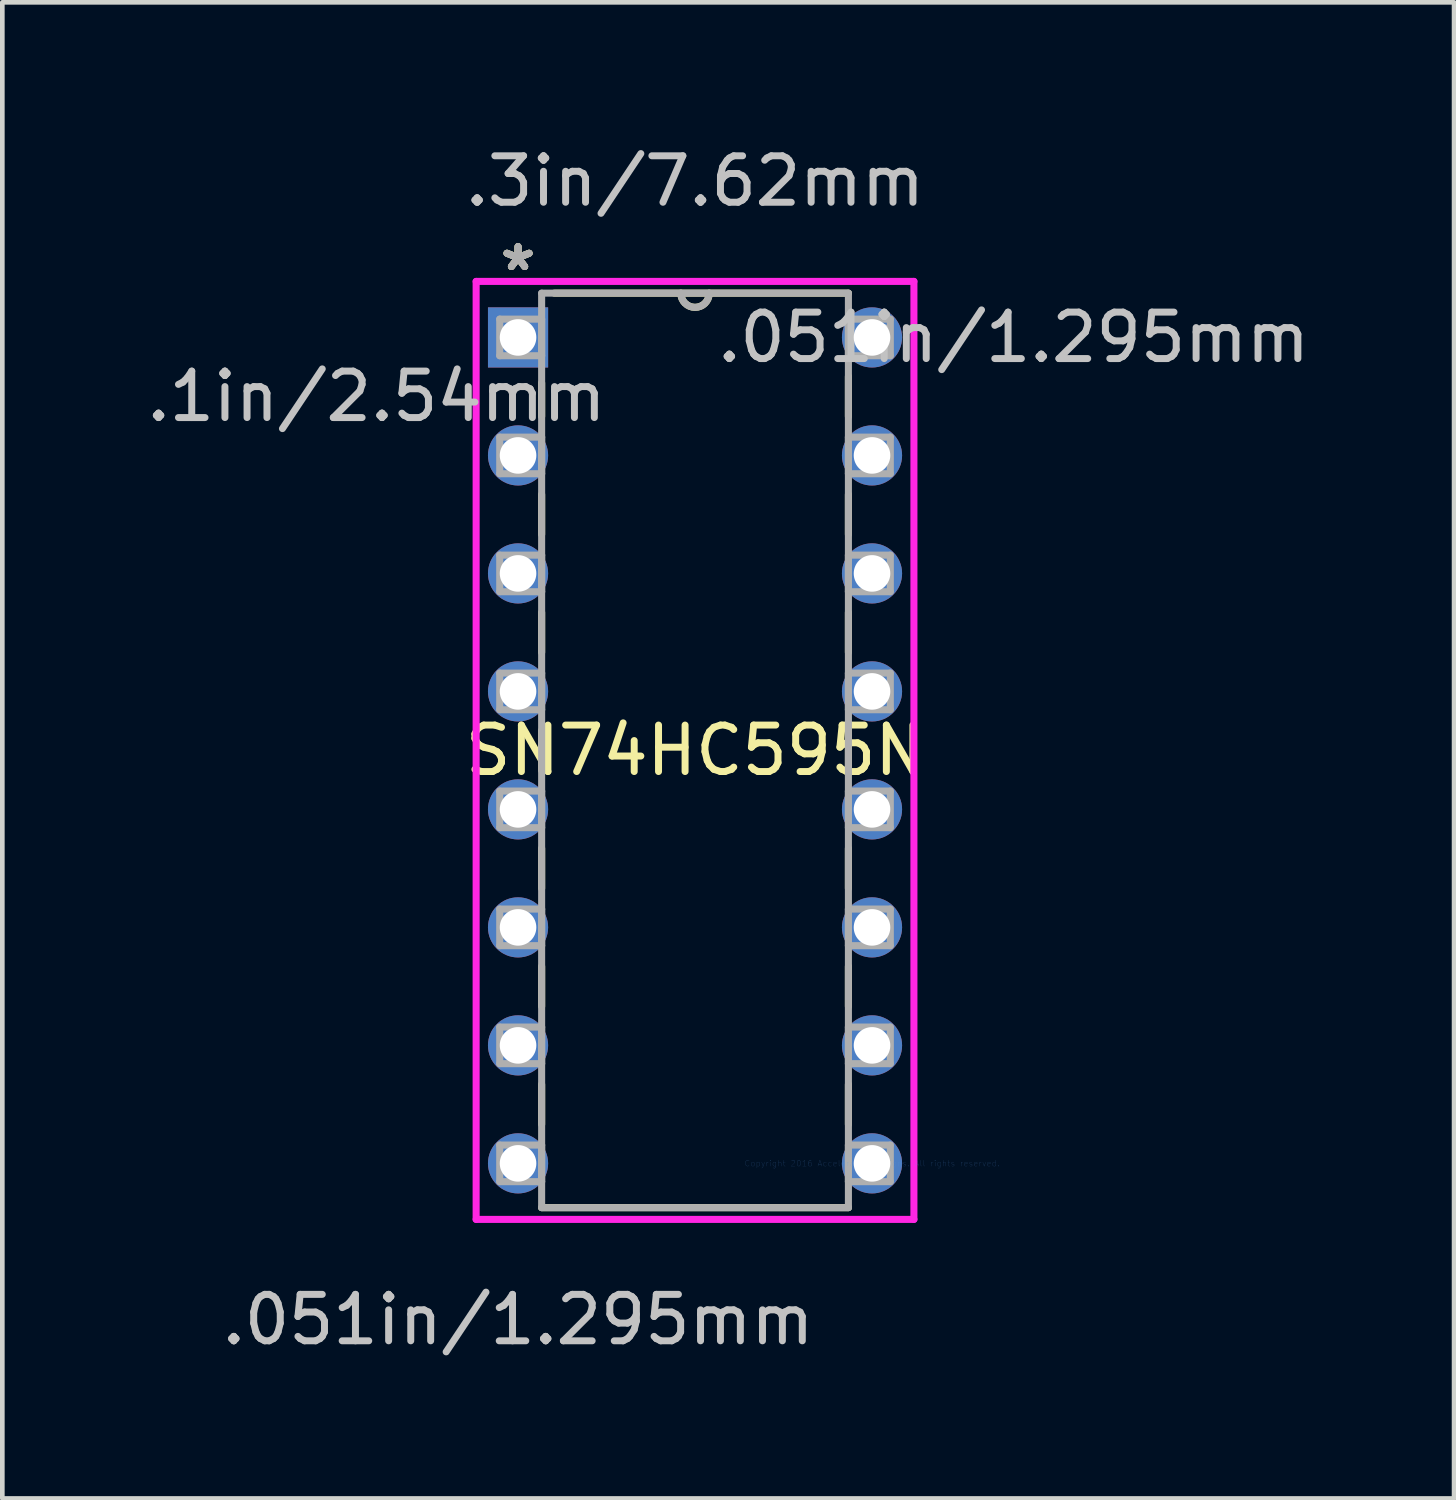
<source format=kicad_pcb>
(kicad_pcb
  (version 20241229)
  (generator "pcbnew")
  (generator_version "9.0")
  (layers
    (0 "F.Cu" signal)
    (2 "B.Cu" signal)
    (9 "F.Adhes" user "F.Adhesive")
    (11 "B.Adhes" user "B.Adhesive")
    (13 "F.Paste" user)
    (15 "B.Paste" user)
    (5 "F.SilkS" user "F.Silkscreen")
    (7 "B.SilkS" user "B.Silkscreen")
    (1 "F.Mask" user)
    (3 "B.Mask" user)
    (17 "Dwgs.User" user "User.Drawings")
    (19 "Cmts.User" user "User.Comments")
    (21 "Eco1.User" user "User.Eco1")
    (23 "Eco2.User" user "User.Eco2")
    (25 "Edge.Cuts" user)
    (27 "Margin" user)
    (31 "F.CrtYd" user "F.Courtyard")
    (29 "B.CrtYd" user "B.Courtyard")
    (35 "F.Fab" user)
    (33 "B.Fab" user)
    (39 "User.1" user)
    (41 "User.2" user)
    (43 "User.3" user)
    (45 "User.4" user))
  (footprint "SN74HC595N"
    (layer "F.Cu")
    (at 15.722 21.994)
    (property "Reference" "SN74HC595N" (at -3.81 -8.89 0) (layer "F.SilkS") (effects (font (size 1 1) (thickness 0.15))))
    (attr through_hole)
    (fp_line (start -7.112 -16.8) (end -7.112 -16.079) (stroke (width 0.152) (type solid)) (layer "F.SilkS"))
    (fp_line (start -7.112 -14.401) (end -7.112 -13.539) (stroke (width 0.152) (type solid)) (layer "F.SilkS"))
    (fp_line (start -7.112 -11.861) (end -7.112 -10.999) (stroke (width 0.152) (type solid)) (layer "F.SilkS"))
    (fp_line (start -7.112 -9.321) (end -7.112 -8.459) (stroke (width 0.152) (type solid)) (layer "F.SilkS"))
    (fp_line (start -7.112 -6.781) (end -7.112 -5.919) (stroke (width 0.152) (type solid)) (layer "F.SilkS"))
    (fp_line (start -7.112 -4.241) (end -7.112 -3.379) (stroke (width 0.152) (type solid)) (layer "F.SilkS"))
    (fp_line (start -7.112 -1.701) (end -7.112 -0.839) (stroke (width 0.152) (type solid)) (layer "F.SilkS"))
    (fp_line (start -7.112 0.953) (end -0.508 0.953) (stroke (width 0.152) (type solid)) (layer "F.SilkS"))
    (fp_line (start -0.508 -18.733) (end -6.839 -18.733) (stroke (width 0.152) (type solid)) (layer "F.SilkS"))
    (fp_line (start -0.508 -16.079) (end -0.508 -16.941) (stroke (width 0.152) (type solid)) (layer "F.SilkS"))
    (fp_line (start -0.508 -13.539) (end -0.508 -14.401) (stroke (width 0.152) (type solid)) (layer "F.SilkS"))
    (fp_line (start -0.508 -10.999) (end -0.508 -11.861) (stroke (width 0.152) (type solid)) (layer "F.SilkS"))
    (fp_line (start -0.508 -8.459) (end -0.508 -9.321) (stroke (width 0.152) (type solid)) (layer "F.SilkS"))
    (fp_line (start -0.508 -5.919) (end -0.508 -6.781) (stroke (width 0.152) (type solid)) (layer "F.SilkS"))
    (fp_line (start -0.508 -3.379) (end -0.508 -4.241) (stroke (width 0.152) (type solid)) (layer "F.SilkS"))
    (fp_line (start -0.508 -0.839) (end -0.508 -1.701) (stroke (width 0.152) (type solid)) (layer "F.SilkS"))
    (fp_arc (start -3.5052 -18.7325) (mid -3.81 -18.4277) (end -4.1148 -18.7325) (stroke (width 0.1524) (type solid)) (layer "F.SilkS"))
    (fp_line (start -8.522 -18.986) (end 0.902 -18.986) (stroke (width 0.152) (type solid)) (layer "F.CrtYd"))
    (fp_line (start -8.522 1.206) (end -8.522 -18.986) (stroke (width 0.152) (type solid)) (layer "F.CrtYd"))
    (fp_line (start 0.902 -18.986) (end 0.902 1.206) (stroke (width 0.152) (type solid)) (layer "F.CrtYd"))
    (fp_line (start 0.902 1.206) (end -8.522 1.206) (stroke (width 0.152) (type solid)) (layer "F.CrtYd"))
    (fp_line (start -8.014 -18.174) (end -8.014 -17.386) (stroke (width 0.152) (type solid)) (layer "F.Fab"))
    (fp_line (start -8.014 -17.386) (end -7.112 -17.386) (stroke (width 0.152) (type solid)) (layer "F.Fab"))
    (fp_line (start -8.014 -15.634) (end -8.014 -14.846) (stroke (width 0.152) (type solid)) (layer "F.Fab"))
    (fp_line (start -8.014 -14.846) (end -7.112 -14.846) (stroke (width 0.152) (type solid)) (layer "F.Fab"))
    (fp_line (start -8.014 -13.094) (end -8.014 -12.306) (stroke (width 0.152) (type solid)) (layer "F.Fab"))
    (fp_line (start -8.014 -12.306) (end -7.112 -12.306) (stroke (width 0.152) (type solid)) (layer "F.Fab"))
    (fp_line (start -8.014 -10.554) (end -8.014 -9.766) (stroke (width 0.152) (type solid)) (layer "F.Fab"))
    (fp_line (start -8.014 -9.766) (end -7.112 -9.766) (stroke (width 0.152) (type solid)) (layer "F.Fab"))
    (fp_line (start -8.014 -8.014) (end -8.014 -7.226) (stroke (width 0.152) (type solid)) (layer "F.Fab"))
    (fp_line (start -8.014 -7.226) (end -7.112 -7.226) (stroke (width 0.152) (type solid)) (layer "F.Fab"))
    (fp_line (start -8.014 -5.474) (end -8.014 -4.686) (stroke (width 0.152) (type solid)) (layer "F.Fab"))
    (fp_line (start -8.014 -4.686) (end -7.112 -4.686) (stroke (width 0.152) (type solid)) (layer "F.Fab"))
    (fp_line (start -8.014 -2.934) (end -8.014 -2.146) (stroke (width 0.152) (type solid)) (layer "F.Fab"))
    (fp_line (start -8.014 -2.146) (end -7.112 -2.146) (stroke (width 0.152) (type solid)) (layer "F.Fab"))
    (fp_line (start -8.014 -0.394) (end -8.014 0.394) (stroke (width 0.152) (type solid)) (layer "F.Fab"))
    (fp_line (start -8.014 0.394) (end -7.112 0.394) (stroke (width 0.152) (type solid)) (layer "F.Fab"))
    (fp_line (start -7.112 -18.733) (end -7.112 0.953) (stroke (width 0.152) (type solid)) (layer "F.Fab"))
    (fp_line (start -7.112 -18.174) (end -8.014 -18.174) (stroke (width 0.152) (type solid)) (layer "F.Fab"))
    (fp_line (start -7.112 -17.386) (end -7.112 -18.174) (stroke (width 0.152) (type solid)) (layer "F.Fab"))
    (fp_line (start -7.112 -15.634) (end -8.014 -15.634) (stroke (width 0.152) (type solid)) (layer "F.Fab"))
    (fp_line (start -7.112 -14.846) (end -7.112 -15.634) (stroke (width 0.152) (type solid)) (layer "F.Fab"))
    (fp_line (start -7.112 -13.094) (end -8.014 -13.094) (stroke (width 0.152) (type solid)) (layer "F.Fab"))
    (fp_line (start -7.112 -12.306) (end -7.112 -13.094) (stroke (width 0.152) (type solid)) (layer "F.Fab"))
    (fp_line (start -7.112 -10.554) (end -8.014 -10.554) (stroke (width 0.152) (type solid)) (layer "F.Fab"))
    (fp_line (start -7.112 -9.766) (end -7.112 -10.554) (stroke (width 0.152) (type solid)) (layer "F.Fab"))
    (fp_line (start -7.112 -8.014) (end -8.014 -8.014) (stroke (width 0.152) (type solid)) (layer "F.Fab"))
    (fp_line (start -7.112 -7.226) (end -7.112 -8.014) (stroke (width 0.152) (type solid)) (layer "F.Fab"))
    (fp_line (start -7.112 -5.474) (end -8.014 -5.474) (stroke (width 0.152) (type solid)) (layer "F.Fab"))
    (fp_line (start -7.112 -4.686) (end -7.112 -5.474) (stroke (width 0.152) (type solid)) (layer "F.Fab"))
    (fp_line (start -7.112 -2.934) (end -8.014 -2.934) (stroke (width 0.152) (type solid)) (layer "F.Fab"))
    (fp_line (start -7.112 -2.146) (end -7.112 -2.934) (stroke (width 0.152) (type solid)) (layer "F.Fab"))
    (fp_line (start -7.112 -0.394) (end -8.014 -0.394) (stroke (width 0.152) (type solid)) (layer "F.Fab"))
    (fp_line (start -7.112 0.394) (end -7.112 -0.394) (stroke (width 0.152) (type solid)) (layer "F.Fab"))
    (fp_line (start -7.112 0.953) (end -0.508 0.953) (stroke (width 0.152) (type solid)) (layer "F.Fab"))
    (fp_line (start -0.508 -18.733) (end -7.112 -18.733) (stroke (width 0.152) (type solid)) (layer "F.Fab"))
    (fp_line (start -0.508 -18.174) (end -0.508 -17.386) (stroke (width 0.152) (type solid)) (layer "F.Fab"))
    (fp_line (start -0.508 -17.386) (end 0.394 -17.386) (stroke (width 0.152) (type solid)) (layer "F.Fab"))
    (fp_line (start -0.508 -15.634) (end -0.508 -14.846) (stroke (width 0.152) (type solid)) (layer "F.Fab"))
    (fp_line (start -0.508 -14.846) (end 0.394 -14.846) (stroke (width 0.152) (type solid)) (layer "F.Fab"))
    (fp_line (start -0.508 -13.094) (end -0.508 -12.306) (stroke (width 0.152) (type solid)) (layer "F.Fab"))
    (fp_line (start -0.508 -12.306) (end 0.394 -12.306) (stroke (width 0.152) (type solid)) (layer "F.Fab"))
    (fp_line (start -0.508 -10.554) (end -0.508 -9.766) (stroke (width 0.152) (type solid)) (layer "F.Fab"))
    (fp_line (start -0.508 -9.766) (end 0.394 -9.766) (stroke (width 0.152) (type solid)) (layer "F.Fab"))
    (fp_line (start -0.508 -8.014) (end -0.508 -7.226) (stroke (width 0.152) (type solid)) (layer "F.Fab"))
    (fp_line (start -0.508 -7.226) (end 0.394 -7.226) (stroke (width 0.152) (type solid)) (layer "F.Fab"))
    (fp_line (start -0.508 -5.474) (end -0.508 -4.686) (stroke (width 0.152) (type solid)) (layer "F.Fab"))
    (fp_line (start -0.508 -4.686) (end 0.394 -4.686) (stroke (width 0.152) (type solid)) (layer "F.Fab"))
    (fp_line (start -0.508 -2.934) (end -0.508 -2.146) (stroke (width 0.152) (type solid)) (layer "F.Fab"))
    (fp_line (start -0.508 -2.146) (end 0.394 -2.146) (stroke (width 0.152) (type solid)) (layer "F.Fab"))
    (fp_line (start -0.508 -0.394) (end -0.508 0.394) (stroke (width 0.152) (type solid)) (layer "F.Fab"))
    (fp_line (start -0.508 0.394) (end 0.394 0.394) (stroke (width 0.152) (type solid)) (layer "F.Fab"))
    (fp_line (start -0.508 0.953) (end -0.508 -18.733) (stroke (width 0.152) (type solid)) (layer "F.Fab"))
    (fp_line (start 0.394 -18.174) (end -0.508 -18.174) (stroke (width 0.152) (type solid)) (layer "F.Fab"))
    (fp_line (start 0.394 -17.386) (end 0.394 -18.174) (stroke (width 0.152) (type solid)) (layer "F.Fab"))
    (fp_line (start 0.394 -15.634) (end -0.508 -15.634) (stroke (width 0.152) (type solid)) (layer "F.Fab"))
    (fp_line (start 0.394 -14.846) (end 0.394 -15.634) (stroke (width 0.152) (type solid)) (layer "F.Fab"))
    (fp_line (start 0.394 -13.094) (end -0.508 -13.094) (stroke (width 0.152) (type solid)) (layer "F.Fab"))
    (fp_line (start 0.394 -12.306) (end 0.394 -13.094) (stroke (width 0.152) (type solid)) (layer "F.Fab"))
    (fp_line (start 0.394 -10.554) (end -0.508 -10.554) (stroke (width 0.152) (type solid)) (layer "F.Fab"))
    (fp_line (start 0.394 -9.766) (end 0.394 -10.554) (stroke (width 0.152) (type solid)) (layer "F.Fab"))
    (fp_line (start 0.394 -8.014) (end -0.508 -8.014) (stroke (width 0.152) (type solid)) (layer "F.Fab"))
    (fp_line (start 0.394 -7.226) (end 0.394 -8.014) (stroke (width 0.152) (type solid)) (layer "F.Fab"))
    (fp_line (start 0.394 -5.474) (end -0.508 -5.474) (stroke (width 0.152) (type solid)) (layer "F.Fab"))
    (fp_line (start 0.394 -4.686) (end 0.394 -5.474) (stroke (width 0.152) (type solid)) (layer "F.Fab"))
    (fp_line (start 0.394 -2.934) (end -0.508 -2.934) (stroke (width 0.152) (type solid)) (layer "F.Fab"))
    (fp_line (start 0.394 -2.146) (end 0.394 -2.934) (stroke (width 0.152) (type solid)) (layer "F.Fab"))
    (fp_line (start 0.394 -0.394) (end -0.508 -0.394) (stroke (width 0.152) (type solid)) (layer "F.Fab"))
    (fp_line (start 0.394 0.394) (end 0.394 -0.394) (stroke (width 0.152) (type solid)) (layer "F.Fab"))
    (fp_arc (start -3.5052 -18.7325) (mid -3.81 -18.4277) (end -4.1148 -18.7325) (stroke (width 0.1524) (type solid)) (layer "F.Fab"))
    (fp_text user "*" (at -7.62 -19.19 0) (layer "F.SilkS") (effects (font (size 1 1) (thickness 0.15))))
    (fp_text user "*" (at -7.62 -19.19 0) (layer "F.SilkS") (effects (font (size 1 1) (thickness 0.15))))
    (fp_text user ".051in/1.295mm" (at -7.62 3.365 0) (layer "Dwgs.User") (effects (font (size 1 1) (thickness 0.15))))
    (fp_text user ".3in/7.62mm" (at -3.81 -21.145 0) (layer "Dwgs.User") (effects (font (size 1 1) (thickness 0.15))))
    (fp_text user ".051in/1.295mm" (at 3.048 -17.78 0) (layer "Dwgs.User") (effects (font (size 1 1) (thickness 0.15))))
    (fp_text user ".1in/2.54mm" (at -10.668 -16.51 0) (layer "Dwgs.User") (effects (font (size 1 1) (thickness 0.15))))
    (fp_text user "Copyright 2016 Accelerated Designs. All rights reserved." (at 0 0 0) (layer "Cmts.User") (effects (font (size 0.127 0.127) (thickness 0.002))))
    (fp_text user "*" (at -7.62 -19.19 0) (layer "F.Fab") (effects (font (size 1 1) (thickness 0.15))))
    (fp_text user "*" (at -7.62 -19.19 0) (layer "F.Fab") (effects (font (size 1 1) (thickness 0.15))))
    (pad "1" thru_hole rect (at -7.62 -17.78) (size 1.295 1.295) (drill 0.787) (layers "*.Cu" "*.Mask"))
    (pad "2" thru_hole circle (at -7.62 -15.24) (size 1.295 1.295) (drill 0.787) (layers "*.Cu" "*.Mask"))
    (pad "3" thru_hole circle (at -7.62 -12.7) (size 1.295 1.295) (drill 0.787) (layers "*.Cu" "*.Mask"))
    (pad "4" thru_hole circle (at -7.62 -10.16) (size 1.295 1.295) (drill 0.787) (layers "*.Cu" "*.Mask"))
    (pad "5" thru_hole circle (at -7.62 -7.62) (size 1.295 1.295) (drill 0.787) (layers "*.Cu" "*.Mask"))
    (pad "6" thru_hole circle (at -7.62 -5.08) (size 1.295 1.295) (drill 0.787) (layers "*.Cu" "*.Mask"))
    (pad "7" thru_hole circle (at -7.62 -2.54) (size 1.295 1.295) (drill 0.787) (layers "*.Cu" "*.Mask"))
    (pad "8" thru_hole circle (at -7.62 0) (size 1.295 1.295) (drill 0.787) (layers "*.Cu" "*.Mask"))
    (pad "9" thru_hole circle (at 0 0) (size 1.295 1.295) (drill 0.787) (layers "*.Cu" "*.Mask"))
    (pad "10" thru_hole circle (at 0 -2.54) (size 1.295 1.295) (drill 0.787) (layers "*.Cu" "*.Mask"))
    (pad "11" thru_hole circle (at 0 -5.08) (size 1.295 1.295) (drill 0.787) (layers "*.Cu" "*.Mask"))
    (pad "12" thru_hole circle (at 0 -7.62) (size 1.295 1.295) (drill 0.787) (layers "*.Cu" "*.Mask"))
    (pad "13" thru_hole circle (at 0 -10.16) (size 1.295 1.295) (drill 0.787) (layers "*.Cu" "*.Mask"))
    (pad "14" thru_hole circle (at 0 -12.7) (size 1.295 1.295) (drill 0.787) (layers "*.Cu" "*.Mask"))
    (pad "15" thru_hole circle (at 0 -15.24) (size 1.295 1.295) (drill 0.787) (layers "*.Cu" "*.Mask"))
    (pad "16" thru_hole circle (at 0 -17.78) (size 1.295 1.295) (drill 0.787) (layers "*.Cu" "*.Mask")))
  (gr_rect
    (start -3 -3)
    (end 28.252 29.207)
    (stroke (width 0.1) (type default))
    (fill no)
    (layer "Edge.Cuts")))
</source>
